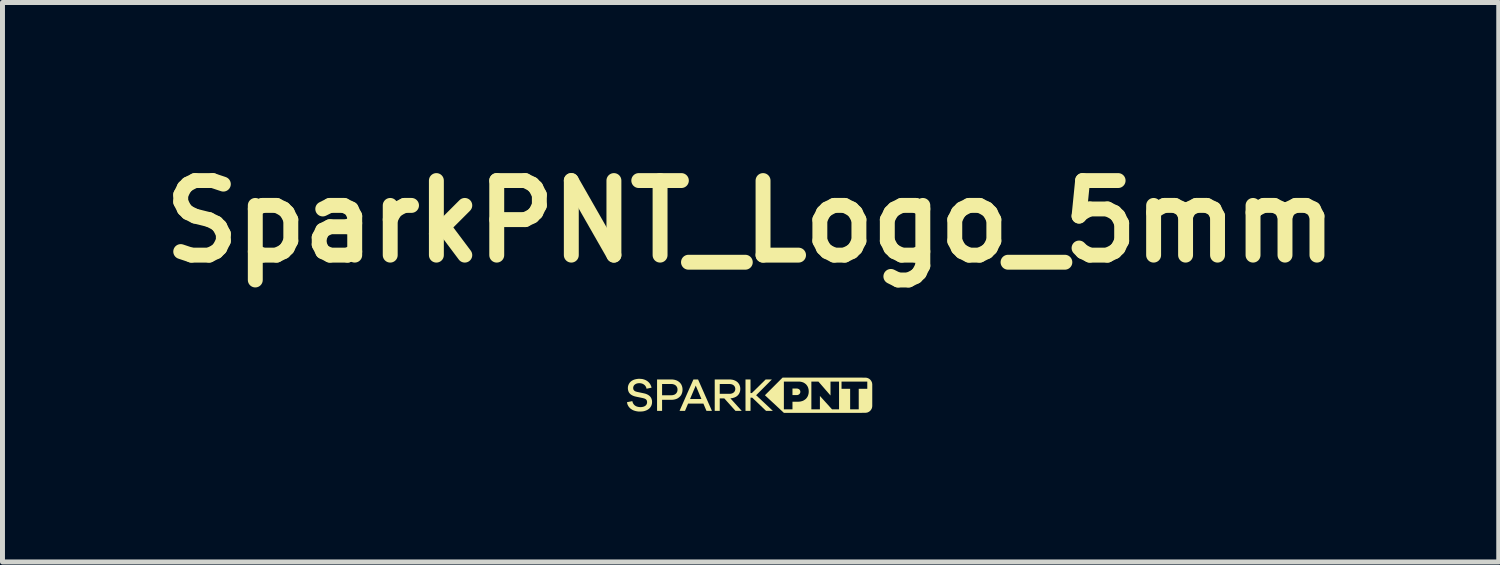
<source format=kicad_pcb>
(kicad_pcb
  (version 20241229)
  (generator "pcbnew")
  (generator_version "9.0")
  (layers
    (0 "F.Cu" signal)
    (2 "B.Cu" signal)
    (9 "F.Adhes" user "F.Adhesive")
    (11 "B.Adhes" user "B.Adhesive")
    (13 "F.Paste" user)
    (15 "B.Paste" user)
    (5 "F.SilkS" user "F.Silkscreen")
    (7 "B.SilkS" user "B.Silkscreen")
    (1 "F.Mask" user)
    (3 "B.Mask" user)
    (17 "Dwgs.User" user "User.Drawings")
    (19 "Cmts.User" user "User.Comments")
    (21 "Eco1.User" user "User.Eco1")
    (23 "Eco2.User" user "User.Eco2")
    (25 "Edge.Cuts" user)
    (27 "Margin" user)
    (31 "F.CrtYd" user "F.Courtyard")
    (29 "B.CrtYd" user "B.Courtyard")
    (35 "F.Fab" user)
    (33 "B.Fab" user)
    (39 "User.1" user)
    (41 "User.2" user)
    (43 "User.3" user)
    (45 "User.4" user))
  (footprint "SparkPNT_Logo_5mm"
    (layer "F.Cu")
    (at 12.05 4.904)
    (property "Reference" "SparkPNT_Logo_5mm" (at 0 -3.5 0) (layer "F.SilkS") (effects (font (size 1.5 1.5) (thickness 0.3))))
    (attr board_only exclude_from_pos_files exclude_from_bom)
    (fp_poly (pts (xy 0.669 0.351) (xy 0.669 0.351) (xy 0.669 0.351) (xy 0.669 0.351) (xy 0.669 0.351) (xy 0.669 0.351)) (stroke (width -0.000001) (type solid)) (fill yes) (layer "F.SilkS"))
    (fp_poly (pts (xy -0.002 -0.047) (xy 0.025 -0.047) (xy 0.302 -0.32) (xy 0.427 -0.32) (xy 0.111 -0.003) (xy 0.448 0.312) (xy 0.311 0.312) (xy 0.033 0.046) (xy -0.002 0.046) (xy -0.002 0.312) (xy -0.103 0.312) (xy -0.103 -0.32) (xy -0.002 -0.32)) (stroke (width -0.000001) (type solid)) (fill yes) (layer "F.SilkS"))
    (fp_poly (pts (xy -0.778 0.312) (xy -0.888 0.312) (xy -0.95 0.165) (xy -1.258 0.165) (xy -1.32 0.312) (xy -1.43 0.312) (xy -1.324 0.072) (xy -1.218 0.072) (xy -0.99 0.072) (xy -1.104 -0.197) (xy -1.218 0.072) (xy -1.324 0.072) (xy -1.151 -0.32) (xy -1.057 -0.32)) (stroke (width -0.000001) (type solid)) (fill yes) (layer "F.SilkS"))
    (fp_poly (pts (xy 0.93 -0.138) (xy 0.934 -0.138) (xy 0.938 -0.137) (xy 0.942 -0.137) (xy 0.945 -0.136) (xy 0.949 -0.135) (xy 0.952 -0.134) (xy 0.955 -0.133) (xy 0.959 -0.132) (xy 0.962 -0.13) (xy 0.965 -0.129) (xy 0.968 -0.127) (xy 0.971 -0.126) (xy 0.973 -0.124) (xy 0.976 -0.122) (xy 0.979 -0.12) (xy 0.981 -0.118) (xy 0.983 -0.115) (xy 0.986 -0.113) (xy 0.988 -0.11) (xy 0.99 -0.108) (xy 0.991 -0.105) (xy 0.993 -0.102) (xy 0.994 -0.099) (xy 0.996 -0.097) (xy 0.997 -0.093) (xy 0.998 -0.09) (xy 0.999 -0.087) (xy 0.999 -0.084) (xy 1 -0.081) (xy 1 -0.077) (xy 1 -0.074) (xy 1 -0.07) (xy 1 -0.066) (xy 0.999 -0.063) (xy 0.999 -0.059) (xy 0.998 -0.056) (xy 0.997 -0.052) (xy 0.996 -0.049) (xy 0.994 -0.046) (xy 0.993 -0.043) (xy 0.991 -0.04) (xy 0.99 -0.037) (xy 0.988 -0.034) (xy 0.986 -0.032) (xy 0.983 -0.029) (xy 0.981 -0.027) (xy 0.979 -0.025) (xy 0.976 -0.022) (xy 0.973 -0.02) (xy 0.971 -0.018) (xy 0.968 -0.017) (xy 0.965 -0.015) (xy 0.962 -0.014) (xy 0.959 -0.012) (xy 0.955 -0.011) (xy 0.952 -0.01) (xy 0.949 -0.009) (xy 0.945 -0.008) (xy 0.942 -0.007) (xy 0.938 -0.007) (xy 0.934 -0.006) (xy 0.93 -0.006) (xy 0.927 -0.006) (xy 0.842 -0.006) (xy 0.842 -0.138) (xy 0.927 -0.138)) (stroke (width -0.000001) (type solid)) (fill yes) (layer "F.SilkS"))
    (fp_poly (pts (xy -1.584 -0.32) (xy -1.572 -0.32) (xy -1.559 -0.318) (xy -1.547 -0.317) (xy -1.536 -0.315) (xy -1.524 -0.312) (xy -1.513 -0.309) (xy -1.503 -0.306) (xy -1.492 -0.302) (xy -1.482 -0.298) (xy -1.473 -0.293) (xy -1.464 -0.288) (xy -1.455 -0.282) (xy -1.447 -0.277) (xy -1.439 -0.27) (xy -1.431 -0.264) (xy -1.424 -0.257) (xy -1.417 -0.25) (xy -1.411 -0.242) (xy -1.405 -0.234) (xy -1.399 -0.226) (xy -1.394 -0.217) (xy -1.39 -0.209) (xy -1.386 -0.199) (xy -1.382 -0.19) (xy -1.379 -0.18) (xy -1.376 -0.17) (xy -1.374 -0.16) (xy -1.372 -0.149) (xy -1.371 -0.139) (xy -1.37 -0.128) (xy -1.37 -0.117) (xy -1.37 -0.105) (xy -1.371 -0.094) (xy -1.372 -0.083) (xy -1.374 -0.072) (xy -1.376 -0.062) (xy -1.379 -0.052) (xy -1.382 -0.042) (xy -1.386 -0.033) (xy -1.39 -0.023) (xy -1.394 -0.014) (xy -1.399 -0.006) (xy -1.405 0.003) (xy -1.411 0.011) (xy -1.417 0.018) (xy -1.424 0.025) (xy -1.431 0.032) (xy -1.439 0.039) (xy -1.447 0.045) (xy -1.455 0.051) (xy -1.464 0.057) (xy -1.473 0.062) (xy -1.482 0.066) (xy -1.492 0.071) (xy -1.503 0.074) (xy -1.513 0.078) (xy -1.524 0.081) (xy -1.536 0.083) (xy -1.547 0.085) (xy -1.559 0.087) (xy -1.572 0.088) (xy -1.584 0.089) (xy -1.597 0.089) (xy -1.781 0.089) (xy -1.781 0.312) (xy -1.882 0.312) (xy -1.882 -0.003) (xy -1.781 -0.003) (xy -1.597 -0.003) (xy -1.59 -0.003) (xy -1.583 -0.004) (xy -1.576 -0.004) (xy -1.569 -0.005) (xy -1.562 -0.006) (xy -1.556 -0.008) (xy -1.55 -0.01) (xy -1.544 -0.011) (xy -1.538 -0.013) (xy -1.533 -0.016) (xy -1.527 -0.018) (xy -1.522 -0.021) (xy -1.517 -0.024) (xy -1.513 -0.027) (xy -1.508 -0.031) (xy -1.504 -0.034) (xy -1.5 -0.038) (xy -1.497 -0.042) (xy -1.493 -0.046) (xy -1.49 -0.051) (xy -1.487 -0.055) (xy -1.484 -0.06) (xy -1.482 -0.065) (xy -1.479 -0.07) (xy -1.477 -0.075) (xy -1.476 -0.081) (xy -1.474 -0.086) (xy -1.473 -0.092) (xy -1.472 -0.098) (xy -1.471 -0.104) (xy -1.471 -0.11) (xy -1.471 -0.117) (xy -1.471 -0.123) (xy -1.471 -0.129) (xy -1.472 -0.134) (xy -1.473 -0.14) (xy -1.474 -0.146) (xy -1.476 -0.151) (xy -1.477 -0.156) (xy -1.479 -0.162) (xy -1.482 -0.167) (xy -1.484 -0.171) (xy -1.487 -0.176) (xy -1.49 -0.181) (xy -1.493 -0.185) (xy -1.497 -0.189) (xy -1.5 -0.193) (xy -1.504 -0.197) (xy -1.508 -0.201) (xy -1.513 -0.204) (xy -1.517 -0.207) (xy -1.522 -0.211) (xy -1.527 -0.213) (xy -1.533 -0.216) (xy -1.538 -0.218) (xy -1.544 -0.22) (xy -1.55 -0.222) (xy -1.556 -0.224) (xy -1.562 -0.226) (xy -1.569 -0.227) (xy -1.576 -0.228) (xy -1.583 -0.228) (xy -1.59 -0.229) (xy -1.597 -0.229) (xy -1.781 -0.229) (xy -1.781 -0.003) (xy -1.882 -0.003) (xy -1.882 -0.32) (xy -1.597 -0.32)) (stroke (width -0.000001) (type solid)) (fill yes) (layer "F.SilkS"))
    (fp_poly (pts (xy -0.413 -0.32) (xy -0.401 -0.32) (xy -0.389 -0.318) (xy -0.378 -0.317) (xy -0.367 -0.315) (xy -0.356 -0.313) (xy -0.346 -0.31) (xy -0.336 -0.307) (xy -0.326 -0.303) (xy -0.317 -0.299) (xy -0.308 -0.295) (xy -0.299 -0.29) (xy -0.29 -0.285) (xy -0.282 -0.28) (xy -0.275 -0.274) (xy -0.267 -0.268) (xy -0.26 -0.262) (xy -0.254 -0.255) (xy -0.248 -0.248) (xy -0.242 -0.24) (xy -0.237 -0.233) (xy -0.232 -0.225) (xy -0.227 -0.216) (xy -0.223 -0.208) (xy -0.22 -0.199) (xy -0.217 -0.19) (xy -0.214 -0.18) (xy -0.212 -0.171) (xy -0.21 -0.161) (xy -0.209 -0.151) (xy -0.208 -0.14) (xy -0.208 -0.13) (xy -0.208 -0.12) (xy -0.209 -0.11) (xy -0.21 -0.1) (xy -0.211 -0.091) (xy -0.213 -0.082) (xy -0.216 -0.073) (xy -0.219 -0.064) (xy -0.222 -0.055) (xy -0.226 -0.047) (xy -0.23 -0.039) (xy -0.234 -0.031) (xy -0.239 -0.024) (xy -0.244 -0.017) (xy -0.25 -0.01) (xy -0.256 -0.003) (xy -0.262 0.003) (xy -0.269 0.009) (xy -0.276 0.015) (xy -0.283 0.02) (xy -0.291 0.025) (xy -0.299 0.03) (xy -0.308 0.034) (xy -0.316 0.038) (xy -0.325 0.042) (xy -0.334 0.045) (xy -0.344 0.048) (xy -0.354 0.051) (xy -0.364 0.054) (xy -0.374 0.055) (xy -0.385 0.057) (xy -0.396 0.058) (xy -0.407 0.059) (xy -0.178 0.312) (xy -0.304 0.312) (xy -0.53 0.06) (xy -0.621 0.06) (xy -0.621 0.312) (xy -0.722 0.312) (xy -0.722 -0.032) (xy -0.621 -0.032) (xy -0.425 -0.032) (xy -0.418 -0.032) (xy -0.412 -0.032) (xy -0.406 -0.033) (xy -0.4 -0.033) (xy -0.394 -0.034) (xy -0.388 -0.036) (xy -0.383 -0.037) (xy -0.377 -0.039) (xy -0.372 -0.041) (xy -0.367 -0.043) (xy -0.362 -0.045) (xy -0.357 -0.047) (xy -0.353 -0.05) (xy -0.349 -0.053) (xy -0.344 -0.056) (xy -0.341 -0.059) (xy -0.337 -0.062) (xy -0.333 -0.066) (xy -0.33 -0.069) (xy -0.327 -0.073) (xy -0.324 -0.077) (xy -0.322 -0.081) (xy -0.319 -0.085) (xy -0.317 -0.09) (xy -0.315 -0.094) (xy -0.313 -0.099) (xy -0.312 -0.104) (xy -0.311 -0.109) (xy -0.31 -0.114) (xy -0.309 -0.119) (xy -0.309 -0.124) (xy -0.309 -0.13) (xy -0.309 -0.135) (xy -0.309 -0.141) (xy -0.31 -0.146) (xy -0.311 -0.151) (xy -0.312 -0.156) (xy -0.313 -0.161) (xy -0.315 -0.166) (xy -0.317 -0.17) (xy -0.319 -0.175) (xy -0.322 -0.179) (xy -0.324 -0.183) (xy -0.327 -0.187) (xy -0.33 -0.191) (xy -0.333 -0.195) (xy -0.337 -0.198) (xy -0.341 -0.202) (xy -0.344 -0.205) (xy -0.349 -0.208) (xy -0.353 -0.211) (xy -0.357 -0.213) (xy -0.362 -0.216) (xy -0.367 -0.218) (xy -0.372 -0.22) (xy -0.377 -0.222) (xy -0.383 -0.223) (xy -0.388 -0.225) (xy -0.394 -0.226) (xy -0.4 -0.227) (xy -0.406 -0.228) (xy -0.412 -0.228) (xy -0.418 -0.229) (xy -0.425 -0.229) (xy -0.621 -0.229) (xy -0.621 -0.032) (xy -0.722 -0.032) (xy -0.722 -0.32) (xy -0.425 -0.32)) (stroke (width -0.000001) (type solid)) (fill yes) (layer "F.SilkS"))
    (fp_poly (pts (xy 2.251 -0.357) (xy 2.307 -0.357) (xy 2.314 -0.357) (xy 2.321 -0.356) (xy 2.328 -0.355) (xy 2.335 -0.354) (xy 2.342 -0.353) (xy 2.348 -0.351) (xy 2.355 -0.348) (xy 2.361 -0.346) (xy 2.367 -0.343) (xy 2.374 -0.34) (xy 2.379 -0.337) (xy 2.385 -0.333) (xy 2.391 -0.329) (xy 2.396 -0.325) (xy 2.401 -0.32) (xy 2.406 -0.316) (xy 2.411 -0.311) (xy 2.415 -0.306) (xy 2.419 -0.3) (xy 2.423 -0.295) (xy 2.427 -0.289) (xy 2.43 -0.283) (xy 2.433 -0.277) (xy 2.436 -0.271) (xy 2.439 -0.265) (xy 2.441 -0.258) (xy 2.443 -0.252) (xy 2.444 -0.245) (xy 2.445 -0.238) (xy 2.446 -0.231) (xy 2.447 -0.224) (xy 2.447 -0.217) (xy 2.447 0.21) (xy 2.447 0.217) (xy 2.446 0.224) (xy 2.445 0.231) (xy 2.444 0.238) (xy 2.443 0.245) (xy 2.441 0.251) (xy 2.439 0.258) (xy 2.436 0.264) (xy 2.433 0.271) (xy 2.43 0.277) (xy 2.427 0.282) (xy 2.423 0.288) (xy 2.419 0.294) (xy 2.415 0.299) (xy 2.411 0.304) (xy 2.406 0.309) (xy 2.401 0.314) (xy 2.396 0.318) (xy 2.391 0.322) (xy 2.385 0.326) (xy 2.379 0.33) (xy 2.374 0.333) (xy 2.367 0.336) (xy 2.361 0.339) (xy 2.355 0.342) (xy 2.348 0.344) (xy 2.342 0.346) (xy 2.335 0.347) (xy 2.328 0.348) (xy 2.321 0.349) (xy 2.314 0.35) (xy 2.307 0.35) (xy 2.239 0.35) (xy 2.239 0.351) (xy 0.669 0.351) (xy 0.288 -0.003) (xy 0.563 -0.278) (xy 0.669 -0.278) (xy 0.669 0.281) (xy 0.842 0.281) (xy 1.222 0.281) (xy 1.394 0.281) (xy 1.394 0.011) (xy 1.638 0.281) (xy 1.779 0.281) (xy 1.779 -0.132) (xy 1.829 -0.132) (xy 2.002 -0.132) (xy 2.002 0.281) (xy 2.175 0.281) (xy 2.175 -0.132) (xy 2.347 -0.132) (xy 2.347 -0.278) (xy 1.829 -0.278) (xy 1.829 -0.132) (xy 1.779 -0.132) (xy 1.779 -0.278) (xy 1.779 -0.278) (xy 1.779 -0.278) (xy 1.607 -0.278) (xy 1.607 0.002) (xy 1.364 -0.278) (xy 1.222 -0.278) (xy 1.222 0.281) (xy 0.842 0.281) (xy 0.842 0.127) (xy 0.952 0.127) (xy 0.964 0.127) (xy 0.976 0.126) (xy 0.987 0.125) (xy 0.999 0.124) (xy 1.01 0.121) (xy 1.02 0.119) (xy 1.031 0.116) (xy 1.041 0.113) (xy 1.051 0.109) (xy 1.06 0.105) (xy 1.069 0.1) (xy 1.078 0.095) (xy 1.086 0.089) (xy 1.095 0.084) (xy 1.102 0.077) (xy 1.11 0.071) (xy 1.117 0.064) (xy 1.123 0.057) (xy 1.129 0.049) (xy 1.135 0.041) (xy 1.14 0.033) (xy 1.145 0.024) (xy 1.15 0.015) (xy 1.154 0.006) (xy 1.157 -0.004) (xy 1.16 -0.014) (xy 1.163 -0.024) (xy 1.165 -0.034) (xy 1.167 -0.045) (xy 1.168 -0.056) (xy 1.169 -0.067) (xy 1.169 -0.079) (xy 1.169 -0.09) (xy 1.168 -0.1) (xy 1.167 -0.111) (xy 1.166 -0.121) (xy 1.163 -0.131) (xy 1.161 -0.141) (xy 1.158 -0.15) (xy 1.155 -0.16) (xy 1.151 -0.169) (xy 1.147 -0.177) (xy 1.142 -0.186) (xy 1.137 -0.194) (xy 1.132 -0.201) (xy 1.126 -0.209) (xy 1.12 -0.216) (xy 1.114 -0.223) (xy 1.107 -0.229) (xy 1.099 -0.235) (xy 1.092 -0.241) (xy 1.084 -0.246) (xy 1.076 -0.251) (xy 1.067 -0.256) (xy 1.059 -0.26) (xy 1.049 -0.263) (xy 1.04 -0.267) (xy 1.03 -0.27) (xy 1.02 -0.272) (xy 1.01 -0.274) (xy 0.999 -0.276) (xy 0.988 -0.277) (xy 0.977 -0.278) (xy 0.966 -0.278) (xy 0.669 -0.278) (xy 0.669 -0.278) (xy 0.669 -0.278) (xy 0.563 -0.278) (xy 0.643 -0.358) (xy 2.251 -0.358)) (stroke (width -0.000001) (type solid)) (fill yes) (layer "F.SilkS"))
    (fp_poly (pts (xy -2.225 -0.333) (xy -2.213 -0.333) (xy -2.202 -0.332) (xy -2.19 -0.33) (xy -2.179 -0.329) (xy -2.168 -0.327) (xy -2.158 -0.324) (xy -2.148 -0.321) (xy -2.138 -0.318) (xy -2.128 -0.314) (xy -2.118 -0.31) (xy -2.109 -0.306) (xy -2.1 -0.301) (xy -2.092 -0.296) (xy -2.083 -0.291) (xy -2.075 -0.285) (xy -2.068 -0.279) (xy -2.06 -0.273) (xy -2.053 -0.266) (xy -2.046 -0.259) (xy -2.04 -0.252) (xy -2.034 -0.245) (xy -2.028 -0.237) (xy -2.023 -0.229) (xy -2.018 -0.221) (xy -2.013 -0.212) (xy -2.009 -0.203) (xy -2.005 -0.194) (xy -2.001 -0.185) (xy -1.998 -0.175) (xy -1.995 -0.165) (xy -1.993 -0.155) (xy -2.094 -0.134) (xy -2.095 -0.141) (xy -2.097 -0.147) (xy -2.098 -0.153) (xy -2.1 -0.159) (xy -2.103 -0.164) (xy -2.105 -0.17) (xy -2.108 -0.175) (xy -2.111 -0.18) (xy -2.114 -0.185) (xy -2.117 -0.19) (xy -2.121 -0.195) (xy -2.125 -0.199) (xy -2.129 -0.204) (xy -2.133 -0.208) (xy -2.138 -0.212) (xy -2.142 -0.215) (xy -2.147 -0.219) (xy -2.152 -0.222) (xy -2.157 -0.225) (xy -2.163 -0.228) (xy -2.174 -0.234) (xy -2.186 -0.238) (xy -2.198 -0.241) (xy -2.211 -0.244) (xy -2.225 -0.245) (xy -2.239 -0.246) (xy -2.245 -0.246) (xy -2.252 -0.245) (xy -2.259 -0.245) (xy -2.265 -0.244) (xy -2.272 -0.243) (xy -2.278 -0.242) (xy -2.284 -0.24) (xy -2.289 -0.239) (xy -2.295 -0.237) (xy -2.3 -0.235) (xy -2.305 -0.233) (xy -2.31 -0.23) (xy -2.315 -0.227) (xy -2.32 -0.225) (xy -2.324 -0.222) (xy -2.328 -0.219) (xy -2.332 -0.215) (xy -2.336 -0.212) (xy -2.34 -0.208) (xy -2.343 -0.205) (xy -2.346 -0.201) (xy -2.349 -0.197) (xy -2.351 -0.192) (xy -2.353 -0.188) (xy -2.355 -0.184) (xy -2.357 -0.179) (xy -2.359 -0.174) (xy -2.36 -0.17) (xy -2.361 -0.165) (xy -2.362 -0.16) (xy -2.362 -0.155) (xy -2.362 -0.15) (xy -2.362 -0.142) (xy -2.362 -0.138) (xy -2.361 -0.134) (xy -2.36 -0.13) (xy -2.36 -0.127) (xy -2.359 -0.123) (xy -2.357 -0.12) (xy -2.356 -0.117) (xy -2.355 -0.114) (xy -2.353 -0.111) (xy -2.351 -0.108) (xy -2.349 -0.105) (xy -2.347 -0.103) (xy -2.345 -0.1) (xy -2.343 -0.098) (xy -2.34 -0.095) (xy -2.337 -0.093) (xy -2.334 -0.091) (xy -2.331 -0.089) (xy -2.325 -0.085) (xy -2.318 -0.081) (xy -2.31 -0.078) (xy -2.301 -0.075) (xy -2.292 -0.073) (xy -2.282 -0.07) (xy -2.145 -0.041) (xy -2.128 -0.037) (xy -2.111 -0.032) (xy -2.095 -0.026) (xy -2.08 -0.019) (xy -2.066 -0.012) (xy -2.059 -0.008) (xy -2.052 -0.003) (xy -2.046 0.001) (xy -2.04 0.006) (xy -2.034 0.011) (xy -2.028 0.016) (xy -2.023 0.021) (xy -2.018 0.027) (xy -2.014 0.033) (xy -2.009 0.039) (xy -2.005 0.045) (xy -2.001 0.052) (xy -1.998 0.059) (xy -1.995 0.066) (xy -1.992 0.073) (xy -1.99 0.081) (xy -1.988 0.089) (xy -1.986 0.097) (xy -1.984 0.105) (xy -1.983 0.114) (xy -1.983 0.123) (xy -1.983 0.132) (xy -1.983 0.143) (xy -1.984 0.154) (xy -1.985 0.164) (xy -1.987 0.174) (xy -1.99 0.184) (xy -1.993 0.194) (xy -1.996 0.203) (xy -2 0.212) (xy -2.005 0.221) (xy -2.01 0.229) (xy -2.015 0.237) (xy -2.021 0.245) (xy -2.028 0.253) (xy -2.034 0.26) (xy -2.042 0.267) (xy -2.049 0.273) (xy -2.058 0.279) (xy -2.066 0.285) (xy -2.075 0.29) (xy -2.085 0.295) (xy -2.094 0.3) (xy -2.105 0.304) (xy -2.126 0.312) (xy -2.149 0.318) (xy -2.173 0.322) (xy -2.199 0.324) (xy -2.225 0.325) (xy -2.238 0.325) (xy -2.25 0.325) (xy -2.262 0.324) (xy -2.274 0.322) (xy -2.286 0.321) (xy -2.298 0.318) (xy -2.309 0.316) (xy -2.321 0.313) (xy -2.331 0.31) (xy -2.342 0.306) (xy -2.353 0.303) (xy -2.363 0.298) (xy -2.373 0.294) (xy -2.382 0.289) (xy -2.391 0.283) (xy -2.4 0.277) (xy -2.409 0.271) (xy -2.417 0.265) (xy -2.425 0.258) (xy -2.432 0.251) (xy -2.439 0.243) (xy -2.446 0.235) (xy -2.452 0.227) (xy -2.458 0.219) (xy -2.463 0.21) (xy -2.468 0.2) (xy -2.473 0.191) (xy -2.477 0.181) (xy -2.48 0.17) (xy -2.483 0.16) (xy -2.485 0.149) (xy -2.487 0.137) (xy -2.379 0.115) (xy -2.378 0.122) (xy -2.376 0.13) (xy -2.374 0.137) (xy -2.371 0.143) (xy -2.369 0.15) (xy -2.366 0.156) (xy -2.363 0.162) (xy -2.359 0.168) (xy -2.356 0.173) (xy -2.352 0.179) (xy -2.348 0.184) (xy -2.343 0.189) (xy -2.339 0.193) (xy -2.334 0.198) (xy -2.329 0.202) (xy -2.324 0.206) (xy -2.318 0.209) (xy -2.313 0.213) (xy -2.307 0.216) (xy -2.301 0.219) (xy -2.288 0.224) (xy -2.275 0.228) (xy -2.261 0.231) (xy -2.247 0.234) (xy -2.232 0.235) (xy -2.216 0.236) (xy -2.208 0.236) (xy -2.2 0.235) (xy -2.193 0.235) (xy -2.186 0.234) (xy -2.179 0.233) (xy -2.172 0.231) (xy -2.166 0.23) (xy -2.159 0.228) (xy -2.153 0.227) (xy -2.147 0.224) (xy -2.142 0.222) (xy -2.136 0.22) (xy -2.131 0.217) (xy -2.126 0.214) (xy -2.122 0.211) (xy -2.117 0.208) (xy -2.113 0.205) (xy -2.109 0.201) (xy -2.106 0.198) (xy -2.102 0.194) (xy -2.099 0.19) (xy -2.097 0.186) (xy -2.094 0.181) (xy -2.092 0.177) (xy -2.09 0.173) (xy -2.088 0.168) (xy -2.086 0.163) (xy -2.085 0.158) (xy -2.084 0.153) (xy -2.083 0.148) (xy -2.083 0.143) (xy -2.083 0.137) (xy -2.083 0.129) (xy -2.084 0.121) (xy -2.085 0.117) (xy -2.086 0.113) (xy -2.087 0.109) (xy -2.088 0.106) (xy -2.089 0.102) (xy -2.091 0.099) (xy -2.092 0.096) (xy -2.094 0.093) (xy -2.096 0.09) (xy -2.098 0.088) (xy -2.101 0.085) (xy -2.103 0.082) (xy -2.106 0.08) (xy -2.109 0.078) (xy -2.112 0.075) (xy -2.116 0.073) (xy -2.123 0.069) (xy -2.131 0.065) (xy -2.14 0.062) (xy -2.15 0.059) (xy -2.16 0.056) (xy -2.172 0.053) (xy -2.309 0.025) (xy -2.324 0.021) (xy -2.339 0.017) (xy -2.353 0.012) (xy -2.367 0.006) (xy -2.381 -0.000092) (xy -2.394 -0.008) (xy -2.401 -0.012) (xy -2.407 -0.016) (xy -2.413 -0.021) (xy -2.419 -0.025) (xy -2.424 -0.031) (xy -2.429 -0.036) (xy -2.434 -0.042) (xy -2.439 -0.048) (xy -2.444 -0.054) (xy -2.448 -0.061) (xy -2.452 -0.068) (xy -2.455 -0.075) (xy -2.458 -0.083) (xy -2.461 -0.091) (xy -2.463 -0.099) (xy -2.465 -0.108) (xy -2.467 -0.117) (xy -2.468 -0.127) (xy -2.469 -0.136) (xy -2.469 -0.147) (xy -2.469 -0.157) (xy -2.468 -0.167) (xy -2.467 -0.177) (xy -2.465 -0.187) (xy -2.462 -0.196) (xy -2.46 -0.205) (xy -2.456 -0.214) (xy -2.452 -0.223) (xy -2.448 -0.231) (xy -2.443 -0.239) (xy -2.438 -0.247) (xy -2.433 -0.255) (xy -2.426 -0.262) (xy -2.42 -0.269) (xy -2.413 -0.276) (xy -2.406 -0.282) (xy -2.398 -0.288) (xy -2.39 -0.294) (xy -2.381 -0.299) (xy -2.372 -0.304) (xy -2.363 -0.309) (xy -2.353 -0.313) (xy -2.343 -0.317) (xy -2.332 -0.32) (xy -2.321 -0.323) (xy -2.31 -0.326) (xy -2.287 -0.33) (xy -2.262 -0.333) (xy -2.237 -0.334) (xy -2.237 -0.334)) (stroke (width -0.000001) (type solid)) (fill yes) (layer "F.SilkS")))
  (gr_rect
    (start -3 -3)
    (end 27.1 8.255)
    (stroke (width 0.1) (type default))
    (fill no)
    (layer "Edge.Cuts")))
</source>
